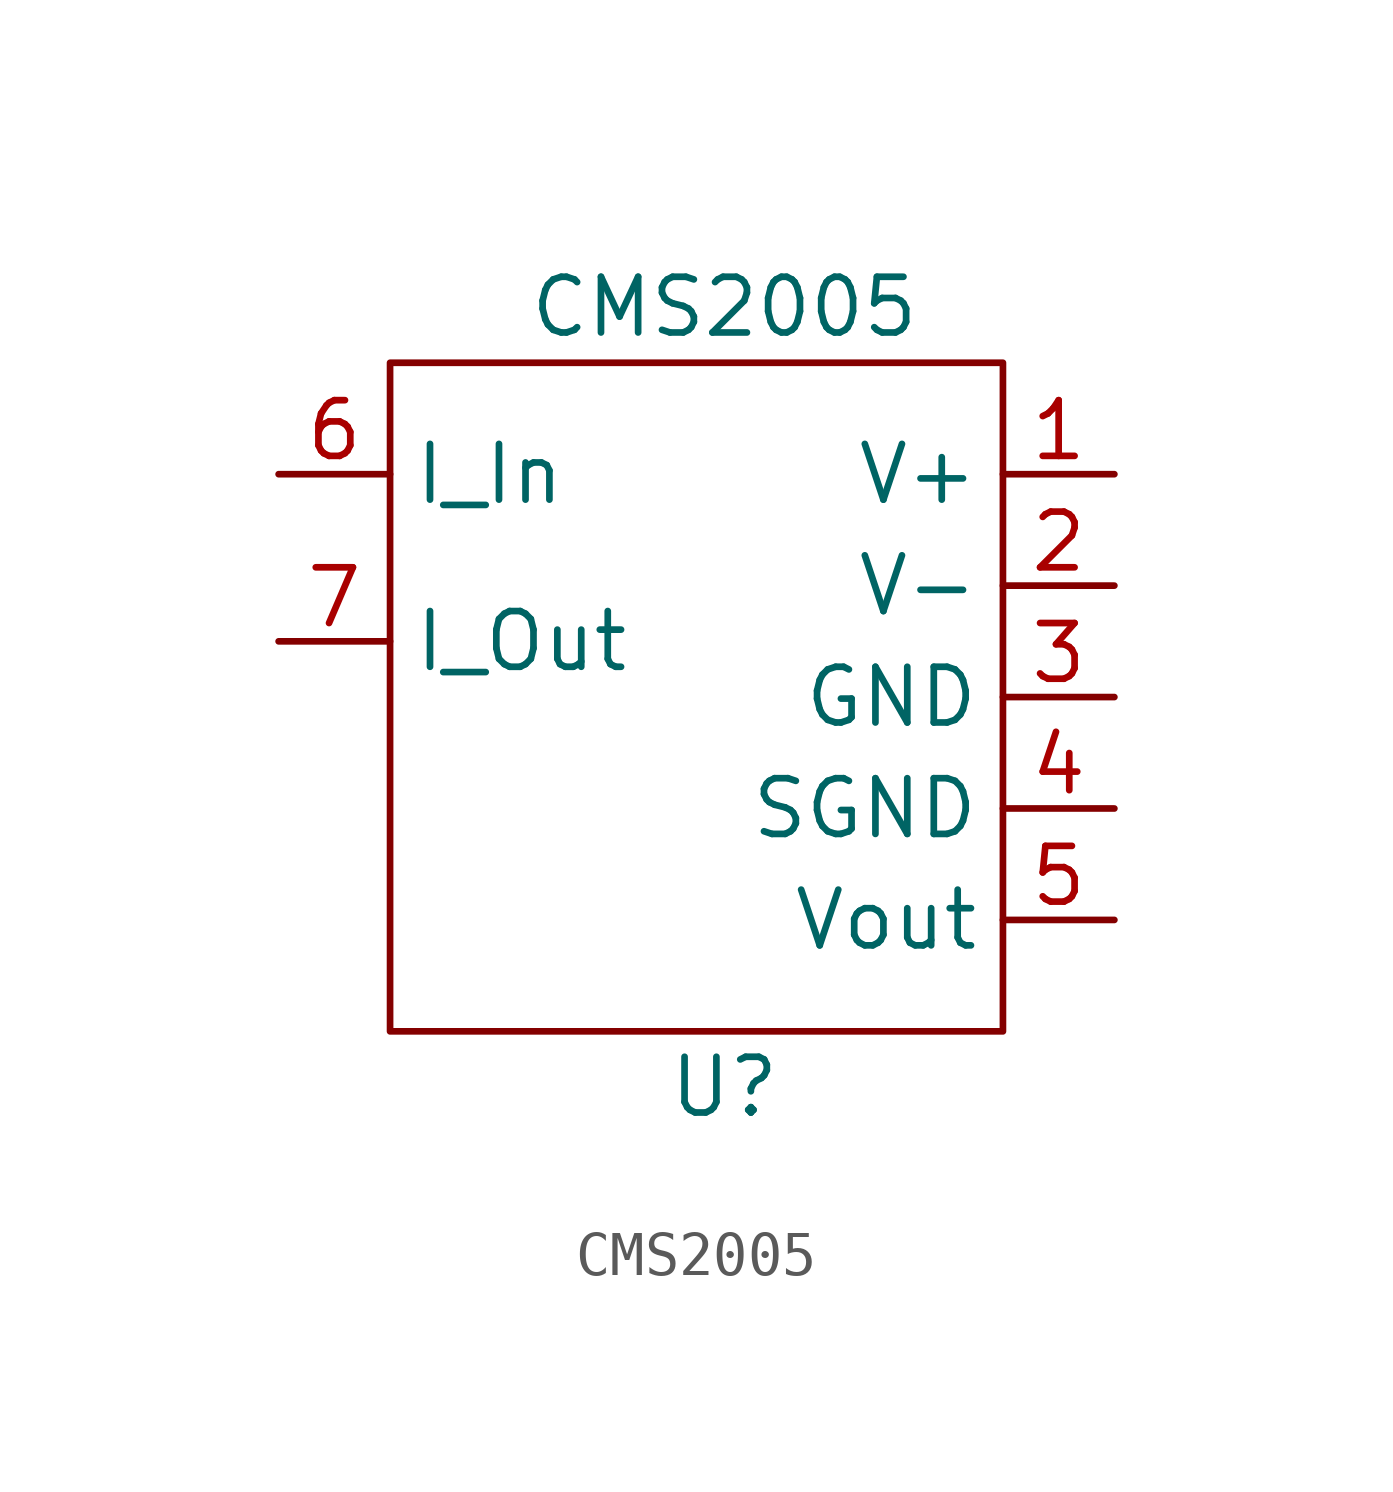
<source format=kicad_sym>
(kicad_symbol_lib
  (version 20211014)
  (generator kicad_symbol_editor)
  (symbol "CMS2005"
    (property "Reference" "U"
      (at 0 -5.08 0)
      (effects (font (size 1.27 1.27))))
    (property "Value" "CMS2005"
      (at 0 12.7 0)
      (effects (font (size 1.27 1.27))))
    (symbol "CMS2005_0_1"
      (rectangle (start -7.62 11.43) (end 6.35 -3.81) (stroke (width 0) (type default) (color 0 0 0 0)) (fill (type none))))
    (symbol "CMS2005_1_1"
      (pin power_in line (at 8.89 8.89 180) (length 2.54) (name "V+" (effects (font (size 1.27 1.27)))) (number "1" (effects (font (size 1.27 1.27)))))
      (pin power_in line (at 8.89 6.35 180) (length 2.54) (name "V-" (effects (font (size 1.27 1.27)))) (number "2" (effects (font (size 1.27 1.27)))))
      (pin passive line (at 8.89 3.81 180) (length 2.54) (name "GND" (effects (font (size 1.27 1.27)))) (number "3" (effects (font (size 1.27 1.27)))))
      (pin passive line (at 8.89 1.27 180) (length 2.54) (name "SGND" (effects (font (size 1.27 1.27)))) (number "4" (effects (font (size 1.27 1.27)))))
      (pin output line (at 8.89 -1.27 180) (length 2.54) (name "Vout" (effects (font (size 1.27 1.27)))) (number "5" (effects (font (size 1.27 1.27)))))
      (pin power_in line (at -10.16 8.89 0) (length 2.54) (name "I_In" (effects (font (size 1.27 1.27)))) (number "6" (effects (font (size 1.27 1.27)))))
      (pin power_out line (at -10.16 5.08 0) (length 2.54) (name "I_Out" (effects (font (size 1.27 1.27)))) (number "7" (effects (font (size 1.27 1.27))))))))
</source>
